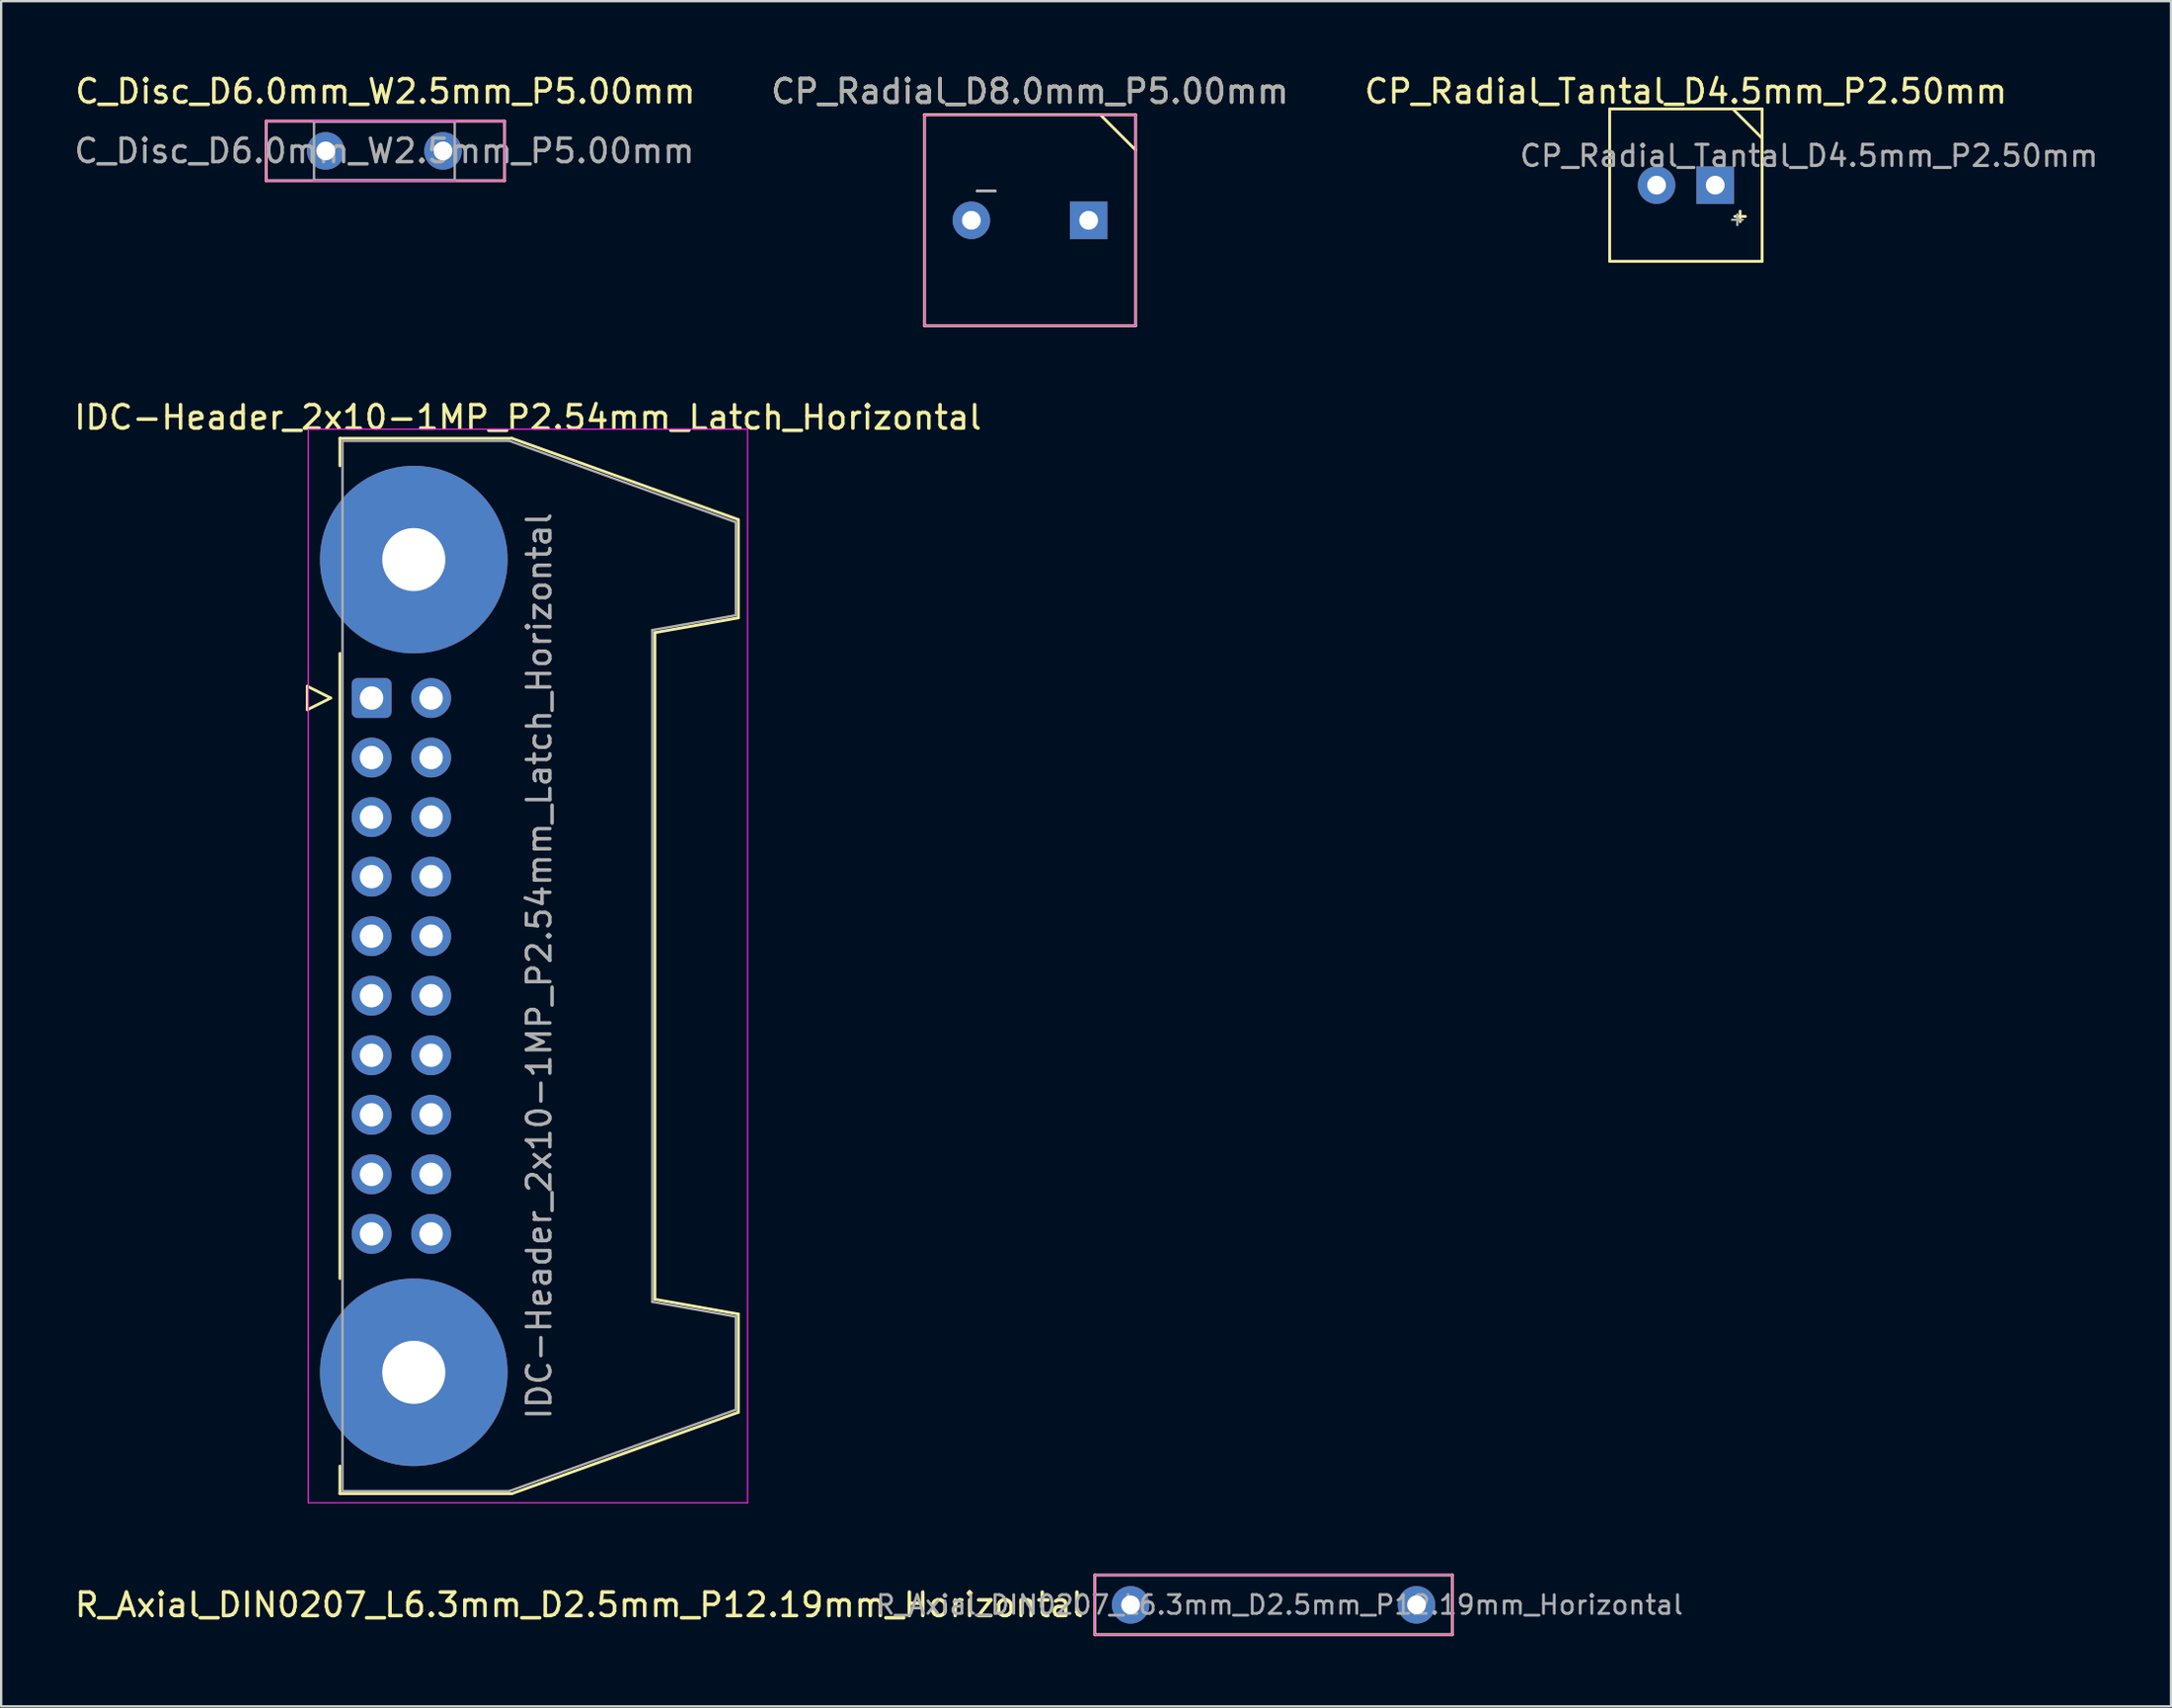
<source format=kicad_pcb>
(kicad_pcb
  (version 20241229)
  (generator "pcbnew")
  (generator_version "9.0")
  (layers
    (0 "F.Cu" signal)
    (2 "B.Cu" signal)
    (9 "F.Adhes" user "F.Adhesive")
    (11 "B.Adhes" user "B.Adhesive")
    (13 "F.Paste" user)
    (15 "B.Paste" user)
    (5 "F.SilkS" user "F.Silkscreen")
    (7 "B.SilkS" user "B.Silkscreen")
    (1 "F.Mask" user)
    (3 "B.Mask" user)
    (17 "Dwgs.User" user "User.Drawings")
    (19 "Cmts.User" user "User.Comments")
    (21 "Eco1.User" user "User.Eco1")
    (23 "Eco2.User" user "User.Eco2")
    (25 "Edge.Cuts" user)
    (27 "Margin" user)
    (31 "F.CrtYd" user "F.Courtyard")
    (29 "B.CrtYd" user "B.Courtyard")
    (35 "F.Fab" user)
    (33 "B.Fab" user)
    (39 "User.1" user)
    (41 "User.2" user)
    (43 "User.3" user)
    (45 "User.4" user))
  (footprint "CP_Radial_Tantal_D4.5mm_P2.50mm"
    (layer "F.Cu")
    (at 70.082 4.848)
    (property "Reference" "CP_Radial_Tantal_D4.5mm_P2.50mm" (at -1.25 -4 0) (layer "F.SilkS") (effects (font (size 1 1) (thickness 0.15))))
    (attr through_hole)
    (fp_line (start -4.5 -3.25) (end 2 -3.25) (stroke (width 0.12) (type solid)) (layer "F.SilkS"))
    (fp_line (start -4.5 3.25) (end -4.5 -3.25) (stroke (width 0.12) (type solid)) (layer "F.SilkS"))
    (fp_line (start 1.062 1.56) (end 1.062 1.11) (stroke (width 0.12) (type solid)) (layer "F.SilkS"))
    (fp_line (start 1.287 1.335) (end 0.837 1.335) (stroke (width 0.12) (type solid)) (layer "F.SilkS"))
    (fp_line (start 2 -3.25) (end 2 3.25) (stroke (width 0.12) (type solid)) (layer "F.SilkS"))
    (fp_line (start 2 -2) (end 0.75 -3.25) (stroke (width 0.12) (type solid)) (layer "F.SilkS"))
    (fp_line (start 2 3.25) (end -4.5 3.25) (stroke (width 0.12) (type solid)) (layer "F.SilkS"))
    (fp_line (start 0.943 1.702) (end 0.943 1.252) (stroke (width 0.1) (type solid)) (layer "F.Fab"))
    (fp_line (start 1.168 1.478) (end 0.718 1.478) (stroke (width 0.1) (type solid)) (layer "F.Fab"))
    (fp_text user "${REFERENCE}" (at 4 -1.25 0) (layer "F.Fab") (effects (font (size 0.9 0.9) (thickness 0.135))))
    (pad "1" thru_hole rect (at 0 0 180) (size 1.6 1.6) (drill 0.8) (layers "*.Cu" "*.Mask"))
    (pad "2" thru_hole circle (at -2.5 0 180) (size 1.6 1.6) (drill 0.8) (layers "*.Cu" "*.Mask")))
  (footprint "R_Axial_DIN0207_L6.3mm_D2.5mm_P12.19mm_Horizontal"
    (layer "F.Cu")
    (at 45.155 65.412)
    (property "Reference" "R_Axial_DIN0207_L6.3mm_D2.5mm_P12.19mm_Horizontal" (at -1.905 0 0) (layer "F.SilkS") (effects (font (size 1 1) (thickness 0.15)) (justify right)))
    (attr through_hole)
    (fp_line (start -1.524 1.27) (end -1.524 -1.27) (stroke (width 0.12) (type solid)) (layer "F.SilkS"))
    (fp_line (start 13.716 -1.27) (end -1.524 -1.27) (stroke (width 0.12) (type solid)) (layer "F.SilkS"))
    (fp_line (start 13.716 1.27) (end -1.524 1.27) (stroke (width 0.12) (type solid)) (layer "F.SilkS"))
    (fp_line (start 13.716 1.27) (end 13.716 -1.27) (stroke (width 0.12) (type solid)) (layer "F.SilkS"))
    (fp_line (start -1.524 -1.27) (end -1.524 1.27) (stroke (width 0.05) (type solid)) (layer "F.CrtYd"))
    (fp_line (start -1.524 1.27) (end 13.716 1.27) (stroke (width 0.05) (type solid)) (layer "F.CrtYd"))
    (fp_line (start 13.716 -1.27) (end -1.524 -1.27) (stroke (width 0.05) (type solid)) (layer "F.CrtYd"))
    (fp_line (start 13.716 1.27) (end 13.716 -1.27) (stroke (width 0.05) (type solid)) (layer "F.CrtYd"))
    (fp_text user "${REFERENCE}" (at 6.35 0 180) (layer "F.Fab") (effects (font (size 0.8 0.8) (thickness 0.12))))
    (pad "1" thru_hole oval (at 0 0 180) (size 1.6 1.6) (drill 0.8) (layers "*.Cu" "*.Mask"))
    (pad "2" thru_hole circle (at 12.192 0 180) (size 1.6 1.6) (drill 0.8) (layers "*.Cu" "*.Mask")))
  (footprint "IDC-Header_2x10-1MP_P2.54mm_Latch_Horizontal"
    (layer "F.Cu")
    (at 12.793 26.727)
    (property "Reference" "IDC-Header_2x10-1MP_P2.54mm_Latch_Horizontal" (at 6.665 -11.97 0) (layer "F.SilkS") (effects (font (size 1 1) (thickness 0.15))))
    (attr through_hole)
    (fp_line (start -2.74 -0.5) (end -2.74 0.5) (stroke (width 0.12) (type solid)) (layer "F.SilkS"))
    (fp_line (start -2.74 0.5) (end -1.74 0) (stroke (width 0.12) (type solid)) (layer "F.SilkS"))
    (fp_line (start -1.74 0) (end -2.74 -0.5) (stroke (width 0.12) (type solid)) (layer "F.SilkS"))
    (fp_line (start -1.35 -11.08) (end -1.35 -9.905) (stroke (width 0.12) (type solid)) (layer "F.SilkS"))
    (fp_line (start -1.35 -11.08) (end 5.98 -11.08) (stroke (width 0.12) (type solid)) (layer "F.SilkS"))
    (fp_line (start -1.35 -1.905) (end -1.35 24.765) (stroke (width 0.12) (type solid)) (layer "F.SilkS"))
    (fp_line (start -1.35 32.765) (end -1.35 33.94) (stroke (width 0.12) (type solid)) (layer "F.SilkS"))
    (fp_line (start 5.98 -11.08) (end 15.64 -7.61) (stroke (width 0.12) (type solid)) (layer "F.SilkS"))
    (fp_line (start 5.98 33.94) (end -1.35 33.94) (stroke (width 0.12) (type solid)) (layer "F.SilkS"))
    (fp_line (start 12.08 -2.79) (end 12.08 25.65) (stroke (width 0.12) (type solid)) (layer "F.SilkS"))
    (fp_line (start 12.08 25.65) (end 15.64 26.28) (stroke (width 0.12) (type solid)) (layer "F.SilkS"))
    (fp_line (start 15.64 -7.61) (end 15.64 -3.42) (stroke (width 0.12) (type solid)) (layer "F.SilkS"))
    (fp_line (start 15.64 -3.42) (end 12.08 -2.79) (stroke (width 0.12) (type solid)) (layer "F.SilkS"))
    (fp_line (start 15.64 26.28) (end 15.64 30.47) (stroke (width 0.12) (type solid)) (layer "F.SilkS"))
    (fp_line (start 15.64 30.47) (end 5.98 33.94) (stroke (width 0.12) (type solid)) (layer "F.SilkS"))
    (fp_line (start -2.7 -11.47) (end -2.7 34.33) (stroke (width 0.05) (type solid)) (layer "F.CrtYd"))
    (fp_line (start -2.7 34.33) (end 16.03 34.33) (stroke (width 0.05) (type solid)) (layer "F.CrtYd"))
    (fp_line (start 16.03 -11.47) (end -2.7 -11.47) (stroke (width 0.05) (type solid)) (layer "F.CrtYd"))
    (fp_line (start 16.03 34.33) (end 16.03 -11.47) (stroke (width 0.05) (type solid)) (layer "F.CrtYd"))
    (fp_line (start -1.24 -10.97) (end 5.87 -10.97) (stroke (width 0.1) (type solid)) (layer "F.Fab"))
    (fp_line (start -1.24 33.83) (end -1.24 -10.97) (stroke (width 0.1) (type solid)) (layer "F.Fab"))
    (fp_line (start 5.87 -10.97) (end 15.53 -7.5) (stroke (width 0.1) (type solid)) (layer "F.Fab"))
    (fp_line (start 5.87 33.83) (end -1.24 33.83) (stroke (width 0.1) (type solid)) (layer "F.Fab"))
    (fp_line (start 11.97 -2.9) (end 11.97 25.76) (stroke (width 0.1) (type solid)) (layer "F.Fab"))
    (fp_line (start 11.97 25.76) (end 15.53 26.39) (stroke (width 0.1) (type solid)) (layer "F.Fab"))
    (fp_line (start 15.53 -7.5) (end 15.53 -3.53) (stroke (width 0.1) (type solid)) (layer "F.Fab"))
    (fp_line (start 15.53 -3.53) (end 11.97 -2.9) (stroke (width 0.1) (type solid)) (layer "F.Fab"))
    (fp_line (start 15.53 26.39) (end 15.53 30.36) (stroke (width 0.1) (type solid)) (layer "F.Fab"))
    (fp_line (start 15.53 30.36) (end 5.87 33.83) (stroke (width 0.1) (type solid)) (layer "F.Fab"))
    (fp_text user "${REFERENCE}" (at 7.145 11.43 90) (layer "F.Fab") (effects (font (size 1 1) (thickness 0.15))))
    (pad "1" thru_hole roundrect (at 0 0) (size 1.7 1.7) (drill 1) (layers "*.Cu" "*.Mask") (roundrect_rratio 0.147))
    (pad "2" thru_hole circle (at 2.54 0) (size 1.7 1.7) (drill 1) (layers "*.Cu" "*.Mask"))
    (pad "3" thru_hole circle (at 0 2.54) (size 1.7 1.7) (drill 1) (layers "*.Cu" "*.Mask"))
    (pad "4" thru_hole circle (at 2.54 2.54) (size 1.7 1.7) (drill 1) (layers "*.Cu" "*.Mask"))
    (pad "5" thru_hole circle (at 0 5.08) (size 1.7 1.7) (drill 1) (layers "*.Cu" "*.Mask"))
    (pad "6" thru_hole circle (at 2.54 5.08) (size 1.7 1.7) (drill 1) (layers "*.Cu" "*.Mask"))
    (pad "7" thru_hole circle (at 0 7.62) (size 1.7 1.7) (drill 1) (layers "*.Cu" "*.Mask"))
    (pad "8" thru_hole circle (at 2.54 7.62) (size 1.7 1.7) (drill 1) (layers "*.Cu" "*.Mask"))
    (pad "9" thru_hole circle (at 0 10.16) (size 1.7 1.7) (drill 1) (layers "*.Cu" "*.Mask"))
    (pad "10" thru_hole circle (at 2.54 10.16) (size 1.7 1.7) (drill 1) (layers "*.Cu" "*.Mask"))
    (pad "11" thru_hole circle (at 0 12.7) (size 1.7 1.7) (drill 1) (layers "*.Cu" "*.Mask"))
    (pad "12" thru_hole circle (at 2.54 12.7) (size 1.7 1.7) (drill 1) (layers "*.Cu" "*.Mask"))
    (pad "13" thru_hole circle (at 0 15.24) (size 1.7 1.7) (drill 1) (layers "*.Cu" "*.Mask"))
    (pad "14" thru_hole circle (at 2.54 15.24) (size 1.7 1.7) (drill 1) (layers "*.Cu" "*.Mask"))
    (pad "15" thru_hole circle (at 0 17.78) (size 1.7 1.7) (drill 1) (layers "*.Cu" "*.Mask"))
    (pad "16" thru_hole circle (at 2.54 17.78) (size 1.7 1.7) (drill 1) (layers "*.Cu" "*.Mask"))
    (pad "17" thru_hole circle (at 0 20.32) (size 1.7 1.7) (drill 1) (layers "*.Cu" "*.Mask"))
    (pad "18" thru_hole circle (at 2.54 20.32) (size 1.7 1.7) (drill 1) (layers "*.Cu" "*.Mask"))
    (pad "19" thru_hole circle (at 0 22.86) (size 1.7 1.7) (drill 1) (layers "*.Cu" "*.Mask"))
    (pad "20" thru_hole circle (at 2.54 22.86) (size 1.7 1.7) (drill 1) (layers "*.Cu" "*.Mask"))
    (pad "MP" thru_hole circle (at 1.8 -5.905) (size 8 8) (drill 2.69) (layers "*.Cu" "*.Mask"))
    (pad "MP" thru_hole circle (at 1.8 28.765) (size 8 8) (drill 2.69) (layers "*.Cu" "*.Mask")))
  (footprint "C_Disc_D6.0mm_W2.5mm_P5.00mm"
    (layer "F.Cu")
    (at 10.839 3.388)
    (property "Reference" "C_Disc_D6.0mm_W2.5mm_P5.00mm" (at 2.54 -2.54 0) (layer "F.SilkS") (effects (font (size 1 1) (thickness 0.15))))
    (attr through_hole)
    (fp_line (start -2.54 -1.27) (end -2.54 1.27) (stroke (width 0.12) (type solid)) (layer "F.SilkS"))
    (fp_line (start -2.54 1.27) (end 7.62 1.27) (stroke (width 0.12) (type solid)) (layer "F.SilkS"))
    (fp_line (start 7.62 -1.27) (end -2.54 -1.27) (stroke (width 0.12) (type solid)) (layer "F.SilkS"))
    (fp_line (start 7.62 1.27) (end 7.62 -1.27) (stroke (width 0.12) (type solid)) (layer "F.SilkS"))
    (fp_line (start -2.54 -1.27) (end -2.54 1.27) (stroke (width 0.05) (type solid)) (layer "F.CrtYd"))
    (fp_line (start -2.54 1.27) (end 7.62 1.27) (stroke (width 0.05) (type solid)) (layer "F.CrtYd"))
    (fp_line (start 7.62 -1.27) (end -2.54 -1.27) (stroke (width 0.05) (type solid)) (layer "F.CrtYd"))
    (fp_line (start 7.62 1.27) (end 7.62 -1.27) (stroke (width 0.05) (type solid)) (layer "F.CrtYd"))
    (fp_line (start -0.5 -1.25) (end -0.5 1.25) (stroke (width 0.1) (type solid)) (layer "F.Fab"))
    (fp_line (start -0.5 1.25) (end 5.5 1.25) (stroke (width 0.1) (type solid)) (layer "F.Fab"))
    (fp_line (start 5.5 -1.25) (end -0.5 -1.25) (stroke (width 0.1) (type solid)) (layer "F.Fab"))
    (fp_line (start 5.5 1.25) (end 5.5 -1.25) (stroke (width 0.1) (type solid)) (layer "F.Fab"))
    (fp_text user "${REFERENCE}" (at 2.5 0 0) (layer "F.Fab") (effects (font (size 1 1) (thickness 0.15))))
    (pad "1" thru_hole circle (at 0 0) (size 1.6 1.6) (drill 0.8) (layers "*.Cu" "*.Mask"))
    (pad "2" thru_hole circle (at 5 0) (size 1.6 1.6) (drill 0.8) (layers "*.Cu" "*.Mask")))
  (footprint "CP_Radial_D8.0mm_P5.00mm"
    (layer "F.Cu")
    (at 43.367 6.348)
    (property "Reference" "CP_Radial_D8.0mm_P5.00mm" (at -2.5 -5.5 0) (layer "F.SilkS") (effects (font (size 1 1) (thickness 0.15))))
    (attr through_hole)
    (fp_line (start -7 -4.5) (end 0.5 -4.5) (stroke (width 0.12) (type solid)) (layer "F.SilkS"))
    (fp_line (start -7 -4.5) (end 2 -4.5) (stroke (width 0.12) (type solid)) (layer "F.SilkS"))
    (fp_line (start -7 4.5) (end -7 -4.5) (stroke (width 0.12) (type solid)) (layer "F.SilkS"))
    (fp_line (start -4.75 -1.25) (end -3.988 -1.25) (stroke (width 0.12) (type solid)) (layer "F.SilkS"))
    (fp_line (start 0.5 -4.5) (end 2 -3) (stroke (width 0.12) (type solid)) (layer "F.SilkS"))
    (fp_line (start 2 -4.5) (end 2 4.5) (stroke (width 0.12) (type solid)) (layer "F.SilkS"))
    (fp_line (start 2 4.5) (end -7 4.5) (stroke (width 0.12) (type solid)) (layer "F.SilkS"))
    (fp_line (start -7 -4.5) (end -7 4.5) (stroke (width 0.05) (type solid)) (layer "F.CrtYd"))
    (fp_line (start -7 -4.5) (end 2 -4.5) (stroke (width 0.05) (type solid)) (layer "F.CrtYd"))
    (fp_line (start 2 -4.5) (end 2 4.5) (stroke (width 0.05) (type solid)) (layer "F.CrtYd"))
    (fp_line (start 2 4.5) (end -7 4.5) (stroke (width 0.05) (type solid)) (layer "F.CrtYd"))
    (fp_line (start -4.75 -1.25) (end -3.988 -1.25) (stroke (width 0.12) (type solid)) (layer "F.Fab"))
    (fp_text user "${REFERENCE}" (at -2.5 -5.5 180) (layer "F.Fab") (effects (font (size 1 1) (thickness 0.15))))
    (pad "1" thru_hole rect (at 0 0 180) (size 1.6 1.6) (drill 0.8) (layers "*.Cu" "*.Mask"))
    (pad "2" thru_hole circle (at -5 0) (size 1.6 1.6) (drill 0.8) (layers "*.Cu" "*.Mask")))
  (gr_rect
    (start -3 -3)
    (end 89.516 69.742)
    (stroke (width 0.1) (type default))
    (fill no)
    (layer "Edge.Cuts")))
</source>
